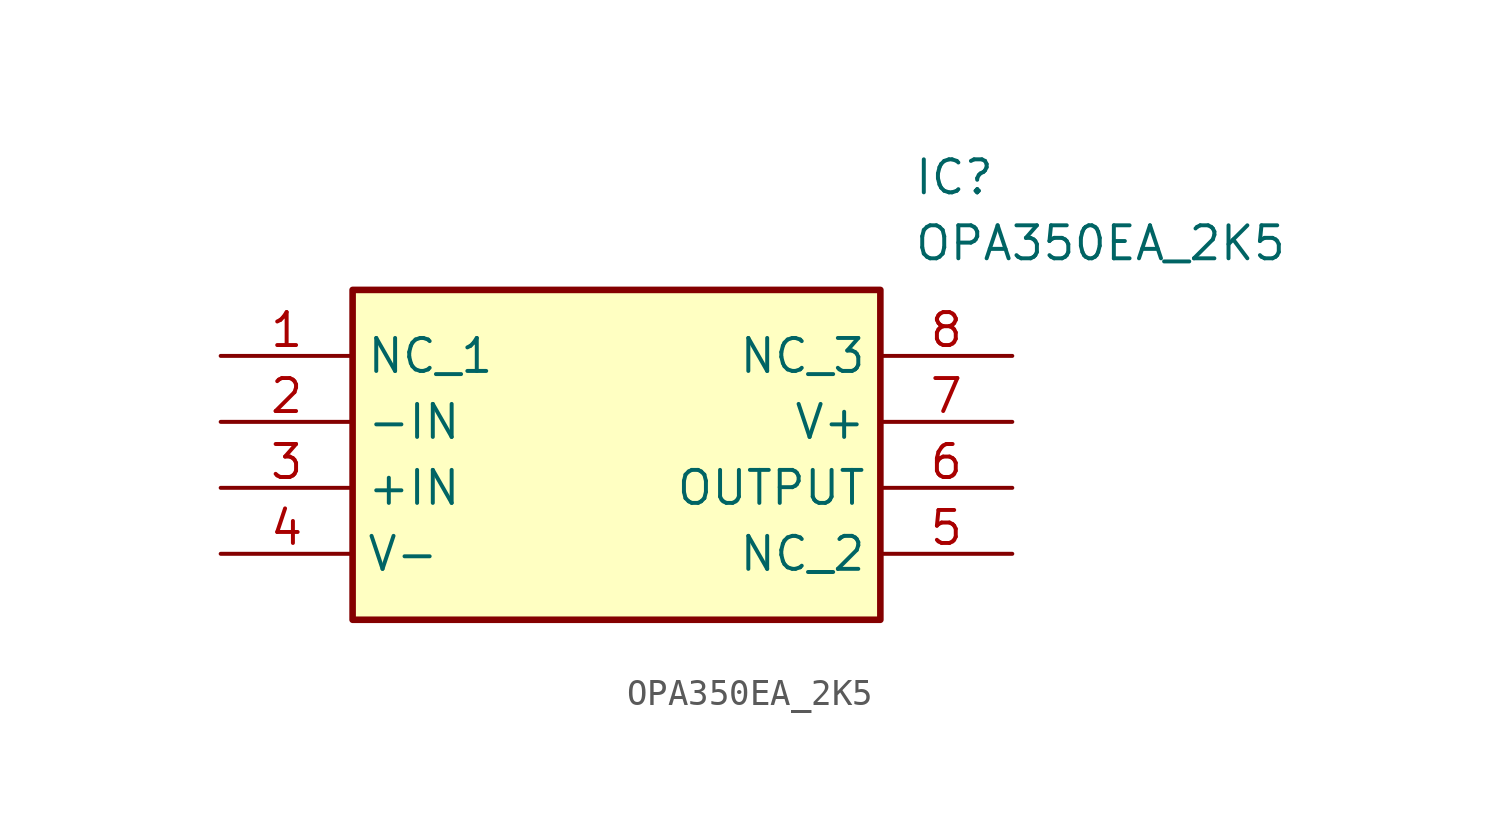
<source format=kicad_sym>
(kicad_symbol_lib
  (version 20211014)
  (generator SamacSys_ECAD_Model)
  (symbol "OPA350EA_2K5"
    (property "Reference" "IC"
      (at 26.67 7.62 0)
      (effects (font (size 1.27 1.27)) (justify left top)))
    (property "Value" "OPA350EA_2K5"
      (at 26.67 5.08 0)
      (effects (font (size 1.27 1.27)) (justify left top)))
    (rectangle
      (start 5.08 2.54)
      (end 25.4 -10.16)
      (stroke (width 0.254) (type default))
      (fill (type background)))
    (pin passive line
      (at 0 0 0)
      (length 5.08)
      (name "NC_1" (effects (font (size 1.27 1.27))))
      (number "1" (effects (font (size 1.27 1.27)))))
    (pin passive line
      (at 0 -2.54 0)
      (length 5.08)
      (name "-IN" (effects (font (size 1.27 1.27))))
      (number "2" (effects (font (size 1.27 1.27)))))
    (pin passive line
      (at 0 -5.08 0)
      (length 5.08)
      (name "+IN" (effects (font (size 1.27 1.27))))
      (number "3" (effects (font (size 1.27 1.27)))))
    (pin passive line
      (at 0 -7.62 0)
      (length 5.08)
      (name "V-" (effects (font (size 1.27 1.27))))
      (number "4" (effects (font (size 1.27 1.27)))))
    (pin passive line
      (at 30.48 0 180)
      (length 5.08)
      (name "NC_3" (effects (font (size 1.27 1.27))))
      (number "8" (effects (font (size 1.27 1.27)))))
    (pin passive line
      (at 30.48 -2.54 180)
      (length 5.08)
      (name "V+" (effects (font (size 1.27 1.27))))
      (number "7" (effects (font (size 1.27 1.27)))))
    (pin passive line
      (at 30.48 -5.08 180)
      (length 5.08)
      (name "OUTPUT" (effects (font (size 1.27 1.27))))
      (number "6" (effects (font (size 1.27 1.27)))))
    (pin passive line
      (at 30.48 -7.62 180)
      (length 5.08)
      (name "NC_2" (effects (font (size 1.27 1.27))))
      (number "5" (effects (font (size 1.27 1.27)))))))
</source>
